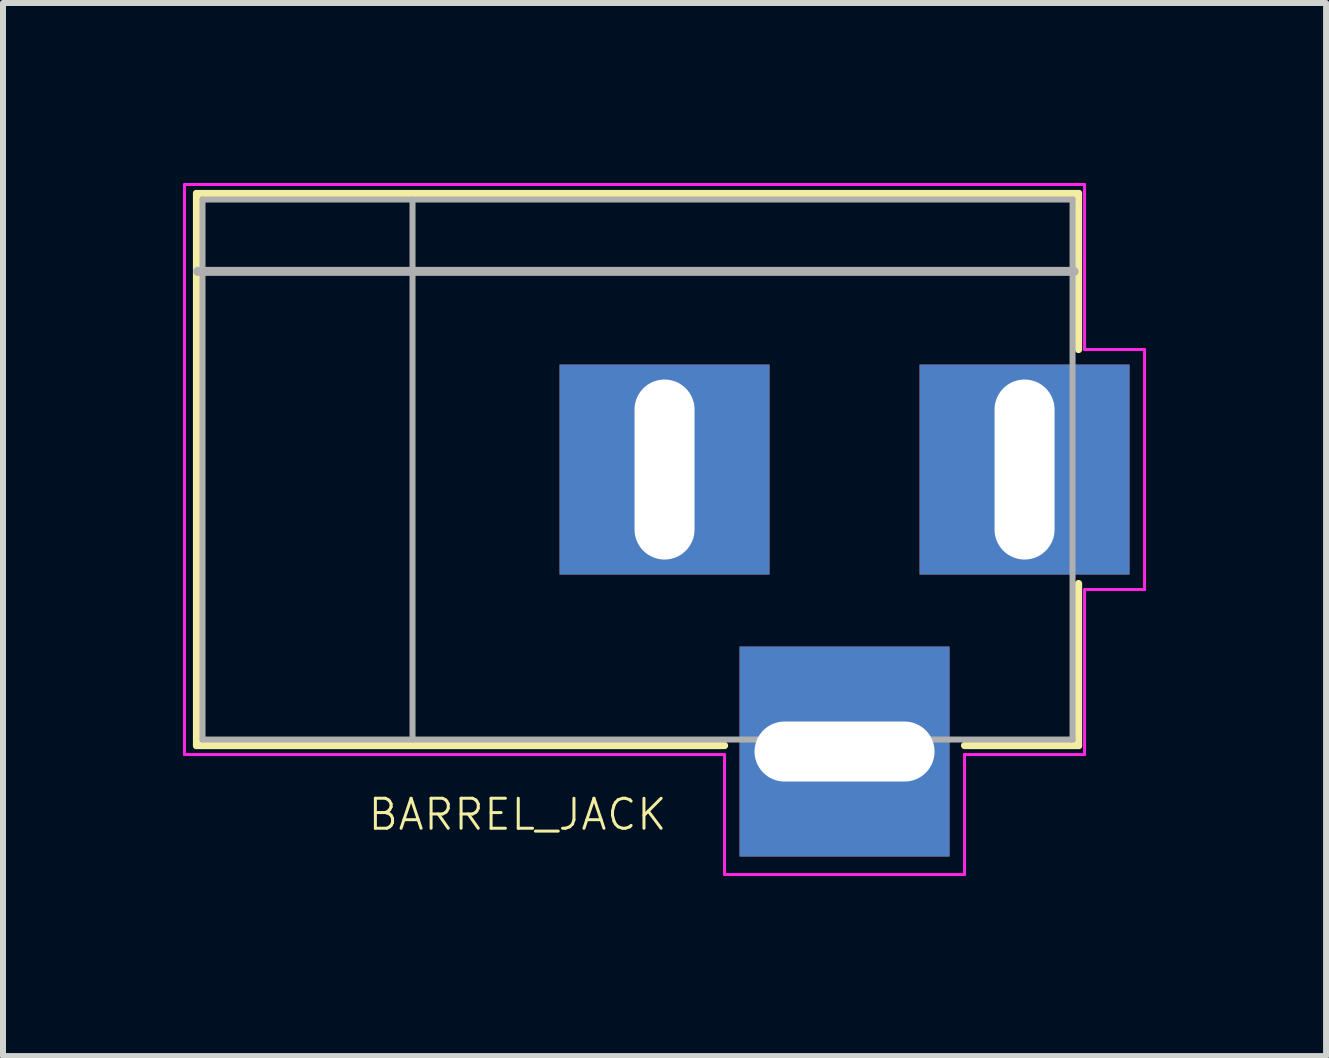
<source format=kicad_pcb>
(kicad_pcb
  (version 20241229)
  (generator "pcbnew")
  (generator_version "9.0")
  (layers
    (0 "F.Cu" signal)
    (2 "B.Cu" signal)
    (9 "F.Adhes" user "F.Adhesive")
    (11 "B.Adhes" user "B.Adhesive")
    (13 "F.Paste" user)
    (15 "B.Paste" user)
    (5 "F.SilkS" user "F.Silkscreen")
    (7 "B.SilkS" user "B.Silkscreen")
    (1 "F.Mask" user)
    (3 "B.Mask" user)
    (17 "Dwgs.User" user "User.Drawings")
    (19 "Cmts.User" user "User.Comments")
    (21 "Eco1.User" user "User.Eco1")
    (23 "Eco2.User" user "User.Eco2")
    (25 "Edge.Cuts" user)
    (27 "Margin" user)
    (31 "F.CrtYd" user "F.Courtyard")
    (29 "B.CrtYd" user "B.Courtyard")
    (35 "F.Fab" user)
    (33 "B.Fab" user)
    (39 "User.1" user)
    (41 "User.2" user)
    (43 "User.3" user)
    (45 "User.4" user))
  (footprint "BARREL_JACK"
    (layer "F.Cu")
    (at 14.025 4.775)
    (property "Reference" "BARREL_JACK" (at -8.45 5.75 180) (layer "F.SilkS") (effects (font (size 0.5 0.5) (thickness 0.05))))
    (attr through_hole)
    (fp_line (start -13.8 -4.6) (end 0.9 -4.6) (stroke (width 0.12) (type solid)) (layer "F.SilkS"))
    (fp_line (start -13.8 4.6) (end -13.8 -4.6) (stroke (width 0.12) (type solid)) (layer "F.SilkS"))
    (fp_line (start -5 4.6) (end -13.8 4.6) (stroke (width 0.12) (type solid)) (layer "F.SilkS"))
    (fp_line (start 0.9 -4.6) (end 0.9 -2) (stroke (width 0.12) (type solid)) (layer "F.SilkS"))
    (fp_line (start 0.9 1.9) (end 0.9 4.6) (stroke (width 0.12) (type solid)) (layer "F.SilkS"))
    (fp_line (start 0.9 4.6) (end -1 4.6) (stroke (width 0.12) (type solid)) (layer "F.SilkS"))
    (fp_line (start -14 4.75) (end -14 -4.75) (stroke (width 0.05) (type solid)) (layer "F.CrtYd"))
    (fp_line (start -5 4.75) (end -14 4.75) (stroke (width 0.05) (type solid)) (layer "F.CrtYd"))
    (fp_line (start -5 6.75) (end -5 4.75) (stroke (width 0.05) (type solid)) (layer "F.CrtYd"))
    (fp_line (start -1 4.75) (end -1 6.75) (stroke (width 0.05) (type solid)) (layer "F.CrtYd"))
    (fp_line (start -1 6.75) (end -5 6.75) (stroke (width 0.05) (type solid)) (layer "F.CrtYd"))
    (fp_line (start 1 -4.75) (end -14 -4.75) (stroke (width 0.05) (type solid)) (layer "F.CrtYd"))
    (fp_line (start 1 -4.5) (end 1 -4.75) (stroke (width 0.05) (type solid)) (layer "F.CrtYd"))
    (fp_line (start 1 -4.5) (end 1 -2) (stroke (width 0.05) (type solid)) (layer "F.CrtYd"))
    (fp_line (start 1 -2) (end 2 -2) (stroke (width 0.05) (type solid)) (layer "F.CrtYd"))
    (fp_line (start 1 2) (end 1 4.75) (stroke (width 0.05) (type solid)) (layer "F.CrtYd"))
    (fp_line (start 1 4.75) (end -1 4.75) (stroke (width 0.05) (type solid)) (layer "F.CrtYd"))
    (fp_line (start 2 -2) (end 2 2) (stroke (width 0.05) (type solid)) (layer "F.CrtYd"))
    (fp_line (start 2 2) (end 1 2) (stroke (width 0.05) (type solid)) (layer "F.CrtYd"))
    (fp_line (start -13.78 -3.302) (end 0.826 -3.302) (stroke (width 0.15) (type solid)) (layer "F.Fab"))
    (fp_line (start -13.7 -4.5) (end -13.7 4.5) (stroke (width 0.1) (type solid)) (layer "F.Fab"))
    (fp_line (start -13.7 4.5) (end 0.8 4.5) (stroke (width 0.1) (type solid)) (layer "F.Fab"))
    (fp_line (start -10.2 -4.5) (end -10.2 4.5) (stroke (width 0.1) (type solid)) (layer "F.Fab"))
    (fp_line (start 0.8 -4.5) (end -13.7 -4.5) (stroke (width 0.1) (type solid)) (layer "F.Fab"))
    (fp_line (start 0.8 4.5) (end 0.8 -4.5) (stroke (width 0.1) (type solid)) (layer "F.Fab"))
    (pad "1" thru_hole rect (at 0 0) (size 3.5 3.5) (drill oval 1 3) (layers "*.Cu" "*.Mask"))
    (pad "2" thru_hole rect (at -6 0) (size 3.5 3.5) (drill oval 1 3) (layers "*.Cu" "*.Mask"))
    (pad "3" thru_hole rect (at -3 4.7) (size 3.5 3.5) (drill oval 3 1) (layers "*.Cu" "*.Mask")))
  (gr_rect
    (start -3 -3)
    (end 19.05 14.55)
    (stroke (width 0.1) (type default))
    (fill no)
    (layer "Edge.Cuts")))
</source>
